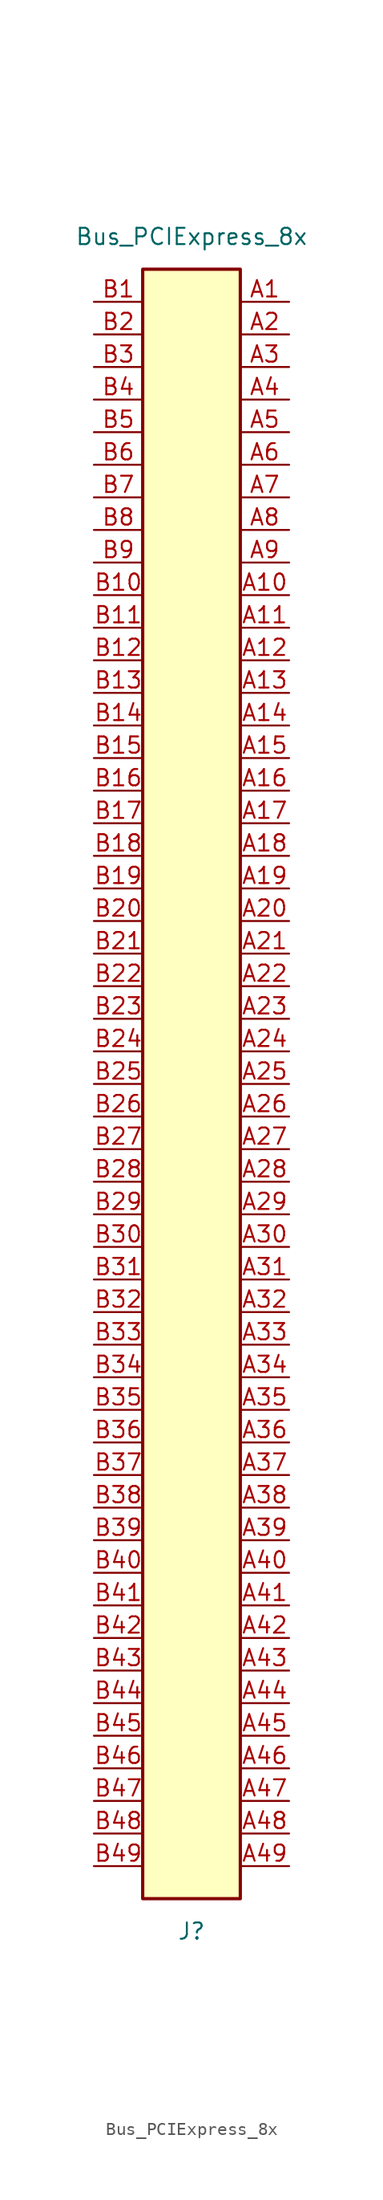
<source format=kicad_sym>
(kicad_symbol_lib
  (version 20220914)
  (generator kicad_symbol_editor)
  (symbol "Bus_PCIExpress_8x"
    (property "Reference" "J"
      (at 0 -66.04 0)
      (effects (font (size 1.27 1.27))))
    (property "Value" "Bus_PCIExpress_8x"
      (at 0 66.04 0)
      (effects (font (size 1.27 1.27))))
    (symbol "Bus_PCIExpress_8x_0_1"
      (rectangle (start -3.81 63.5) (end 3.81 -63.5) (stroke (width 0.254) (type default)) (fill (type background))))
    (symbol "Bus_PCIExpress_8x_1_1"
      (pin passive line (at 7.62 60.96 180) (length 3.81) (name "~" (effects (font (size 1.27 1.27)))) (number "A1" (effects (font (size 1.27 1.27)))))
      (pin passive line (at 7.62 38.1 180) (length 3.81) (name "~" (effects (font (size 1.27 1.27)))) (number "A10" (effects (font (size 1.27 1.27)))))
      (pin passive line (at 7.62 35.56 180) (length 3.81) (name "~" (effects (font (size 1.27 1.27)))) (number "A11" (effects (font (size 1.27 1.27)))))
      (pin passive line (at 7.62 33.02 180) (length 3.81) (name "~" (effects (font (size 1.27 1.27)))) (number "A12" (effects (font (size 1.27 1.27)))))
      (pin passive line (at 7.62 30.48 180) (length 3.81) (name "~" (effects (font (size 1.27 1.27)))) (number "A13" (effects (font (size 1.27 1.27)))))
      (pin passive line (at 7.62 27.94 180) (length 3.81) (name "~" (effects (font (size 1.27 1.27)))) (number "A14" (effects (font (size 1.27 1.27)))))
      (pin passive line (at 7.62 25.4 180) (length 3.81) (name "~" (effects (font (size 1.27 1.27)))) (number "A15" (effects (font (size 1.27 1.27)))))
      (pin passive line (at 7.62 22.86 180) (length 3.81) (name "~" (effects (font (size 1.27 1.27)))) (number "A16" (effects (font (size 1.27 1.27)))))
      (pin passive line (at 7.62 20.32 180) (length 3.81) (name "~" (effects (font (size 1.27 1.27)))) (number "A17" (effects (font (size 1.27 1.27)))))
      (pin passive line (at 7.62 17.78 180) (length 3.81) (name "~" (effects (font (size 1.27 1.27)))) (number "A18" (effects (font (size 1.27 1.27)))))
      (pin passive line (at 7.62 15.24 180) (length 3.81) (name "~" (effects (font (size 1.27 1.27)))) (number "A19" (effects (font (size 1.27 1.27)))))
      (pin passive line (at 7.62 58.42 180) (length 3.81) (name "~" (effects (font (size 1.27 1.27)))) (number "A2" (effects (font (size 1.27 1.27)))))
      (pin passive line (at 7.62 12.7 180) (length 3.81) (name "~" (effects (font (size 1.27 1.27)))) (number "A20" (effects (font (size 1.27 1.27)))))
      (pin passive line (at 7.62 10.16 180) (length 3.81) (name "~" (effects (font (size 1.27 1.27)))) (number "A21" (effects (font (size 1.27 1.27)))))
      (pin passive line (at 7.62 7.62 180) (length 3.81) (name "~" (effects (font (size 1.27 1.27)))) (number "A22" (effects (font (size 1.27 1.27)))))
      (pin passive line (at 7.62 5.08 180) (length 3.81) (name "~" (effects (font (size 1.27 1.27)))) (number "A23" (effects (font (size 1.27 1.27)))))
      (pin passive line (at 7.62 2.54 180) (length 3.81) (name "~" (effects (font (size 1.27 1.27)))) (number "A24" (effects (font (size 1.27 1.27)))))
      (pin passive line (at 7.62 0 180) (length 3.81) (name "~" (effects (font (size 1.27 1.27)))) (number "A25" (effects (font (size 1.27 1.27)))))
      (pin passive line (at 7.62 -2.54 180) (length 3.81) (name "~" (effects (font (size 1.27 1.27)))) (number "A26" (effects (font (size 1.27 1.27)))))
      (pin passive line (at 7.62 -5.08 180) (length 3.81) (name "~" (effects (font (size 1.27 1.27)))) (number "A27" (effects (font (size 1.27 1.27)))))
      (pin passive line (at 7.62 -7.62 180) (length 3.81) (name "~" (effects (font (size 1.27 1.27)))) (number "A28" (effects (font (size 1.27 1.27)))))
      (pin passive line (at 7.62 -10.16 180) (length 3.81) (name "~" (effects (font (size 1.27 1.27)))) (number "A29" (effects (font (size 1.27 1.27)))))
      (pin passive line (at 7.62 55.88 180) (length 3.81) (name "~" (effects (font (size 1.27 1.27)))) (number "A3" (effects (font (size 1.27 1.27)))))
      (pin passive line (at 7.62 -12.7 180) (length 3.81) (name "~" (effects (font (size 1.27 1.27)))) (number "A30" (effects (font (size 1.27 1.27)))))
      (pin passive line (at 7.62 -15.24 180) (length 3.81) (name "~" (effects (font (size 1.27 1.27)))) (number "A31" (effects (font (size 1.27 1.27)))))
      (pin passive line (at 7.62 -17.78 180) (length 3.81) (name "~" (effects (font (size 1.27 1.27)))) (number "A32" (effects (font (size 1.27 1.27)))))
      (pin passive line (at 7.62 -20.32 180) (length 3.81) (name "~" (effects (font (size 1.27 1.27)))) (number "A33" (effects (font (size 1.27 1.27)))))
      (pin passive line (at 7.62 -22.86 180) (length 3.81) (name "~" (effects (font (size 1.27 1.27)))) (number "A34" (effects (font (size 1.27 1.27)))))
      (pin passive line (at 7.62 -25.4 180) (length 3.81) (name "~" (effects (font (size 1.27 1.27)))) (number "A35" (effects (font (size 1.27 1.27)))))
      (pin passive line (at 7.62 -27.94 180) (length 3.81) (name "~" (effects (font (size 1.27 1.27)))) (number "A36" (effects (font (size 1.27 1.27)))))
      (pin passive line (at 7.62 -30.48 180) (length 3.81) (name "~" (effects (font (size 1.27 1.27)))) (number "A37" (effects (font (size 1.27 1.27)))))
      (pin passive line (at 7.62 -33.02 180) (length 3.81) (name "~" (effects (font (size 1.27 1.27)))) (number "A38" (effects (font (size 1.27 1.27)))))
      (pin passive line (at 7.62 -35.56 180) (length 3.81) (name "~" (effects (font (size 1.27 1.27)))) (number "A39" (effects (font (size 1.27 1.27)))))
      (pin passive line (at 7.62 53.34 180) (length 3.81) (name "~" (effects (font (size 1.27 1.27)))) (number "A4" (effects (font (size 1.27 1.27)))))
      (pin passive line (at 7.62 -38.1 180) (length 3.81) (name "~" (effects (font (size 1.27 1.27)))) (number "A40" (effects (font (size 1.27 1.27)))))
      (pin passive line (at 7.62 -40.64 180) (length 3.81) (name "~" (effects (font (size 1.27 1.27)))) (number "A41" (effects (font (size 1.27 1.27)))))
      (pin passive line (at 7.62 -43.18 180) (length 3.81) (name "~" (effects (font (size 1.27 1.27)))) (number "A42" (effects (font (size 1.27 1.27)))))
      (pin passive line (at 7.62 -45.72 180) (length 3.81) (name "~" (effects (font (size 1.27 1.27)))) (number "A43" (effects (font (size 1.27 1.27)))))
      (pin passive line (at 7.62 -48.26 180) (length 3.81) (name "~" (effects (font (size 1.27 1.27)))) (number "A44" (effects (font (size 1.27 1.27)))))
      (pin passive line (at 7.62 -50.8 180) (length 3.81) (name "~" (effects (font (size 1.27 1.27)))) (number "A45" (effects (font (size 1.27 1.27)))))
      (pin passive line (at 7.62 -53.34 180) (length 3.81) (name "~" (effects (font (size 1.27 1.27)))) (number "A46" (effects (font (size 1.27 1.27)))))
      (pin passive line (at 7.62 -55.88 180) (length 3.81) (name "~" (effects (font (size 1.27 1.27)))) (number "A47" (effects (font (size 1.27 1.27)))))
      (pin passive line (at 7.62 -58.42 180) (length 3.81) (name "~" (effects (font (size 1.27 1.27)))) (number "A48" (effects (font (size 1.27 1.27)))))
      (pin passive line (at 7.62 -60.96 180) (length 3.81) (name "~" (effects (font (size 1.27 1.27)))) (number "A49" (effects (font (size 1.27 1.27)))))
      (pin passive line (at 7.62 50.8 180) (length 3.81) (name "~" (effects (font (size 1.27 1.27)))) (number "A5" (effects (font (size 1.27 1.27)))))
      (pin passive line (at 7.62 48.26 180) (length 3.81) (name "~" (effects (font (size 1.27 1.27)))) (number "A6" (effects (font (size 1.27 1.27)))))
      (pin passive line (at 7.62 45.72 180) (length 3.81) (name "~" (effects (font (size 1.27 1.27)))) (number "A7" (effects (font (size 1.27 1.27)))))
      (pin passive line (at 7.62 43.18 180) (length 3.81) (name "~" (effects (font (size 1.27 1.27)))) (number "A8" (effects (font (size 1.27 1.27)))))
      (pin passive line (at 7.62 40.64 180) (length 3.81) (name "~" (effects (font (size 1.27 1.27)))) (number "A9" (effects (font (size 1.27 1.27)))))
      (pin passive line (at -7.62 60.96 0) (length 3.81) (name "~" (effects (font (size 1.27 1.27)))) (number "B1" (effects (font (size 1.27 1.27)))))
      (pin passive line (at -7.62 38.1 0) (length 3.81) (name "~" (effects (font (size 1.27 1.27)))) (number "B10" (effects (font (size 1.27 1.27)))))
      (pin passive line (at -7.62 35.56 0) (length 3.81) (name "~" (effects (font (size 1.27 1.27)))) (number "B11" (effects (font (size 1.27 1.27)))))
      (pin passive line (at -7.62 33.02 0) (length 3.81) (name "~" (effects (font (size 1.27 1.27)))) (number "B12" (effects (font (size 1.27 1.27)))))
      (pin passive line (at -7.62 30.48 0) (length 3.81) (name "~" (effects (font (size 1.27 1.27)))) (number "B13" (effects (font (size 1.27 1.27)))))
      (pin passive line (at -7.62 27.94 0) (length 3.81) (name "~" (effects (font (size 1.27 1.27)))) (number "B14" (effects (font (size 1.27 1.27)))))
      (pin passive line (at -7.62 25.4 0) (length 3.81) (name "~" (effects (font (size 1.27 1.27)))) (number "B15" (effects (font (size 1.27 1.27)))))
      (pin passive line (at -7.62 22.86 0) (length 3.81) (name "~" (effects (font (size 1.27 1.27)))) (number "B16" (effects (font (size 1.27 1.27)))))
      (pin passive line (at -7.62 20.32 0) (length 3.81) (name "~" (effects (font (size 1.27 1.27)))) (number "B17" (effects (font (size 1.27 1.27)))))
      (pin passive line (at -7.62 17.78 0) (length 3.81) (name "~" (effects (font (size 1.27 1.27)))) (number "B18" (effects (font (size 1.27 1.27)))))
      (pin passive line (at -7.62 15.24 0) (length 3.81) (name "~" (effects (font (size 1.27 1.27)))) (number "B19" (effects (font (size 1.27 1.27)))))
      (pin passive line (at -7.62 58.42 0) (length 3.81) (name "~" (effects (font (size 1.27 1.27)))) (number "B2" (effects (font (size 1.27 1.27)))))
      (pin passive line (at -7.62 12.7 0) (length 3.81) (name "~" (effects (font (size 1.27 1.27)))) (number "B20" (effects (font (size 1.27 1.27)))))
      (pin passive line (at -7.62 10.16 0) (length 3.81) (name "~" (effects (font (size 1.27 1.27)))) (number "B21" (effects (font (size 1.27 1.27)))))
      (pin passive line (at -7.62 7.62 0) (length 3.81) (name "~" (effects (font (size 1.27 1.27)))) (number "B22" (effects (font (size 1.27 1.27)))))
      (pin passive line (at -7.62 5.08 0) (length 3.81) (name "~" (effects (font (size 1.27 1.27)))) (number "B23" (effects (font (size 1.27 1.27)))))
      (pin passive line (at -7.62 2.54 0) (length 3.81) (name "~" (effects (font (size 1.27 1.27)))) (number "B24" (effects (font (size 1.27 1.27)))))
      (pin passive line (at -7.62 0 0) (length 3.81) (name "~" (effects (font (size 1.27 1.27)))) (number "B25" (effects (font (size 1.27 1.27)))))
      (pin passive line (at -7.62 -2.54 0) (length 3.81) (name "~" (effects (font (size 1.27 1.27)))) (number "B26" (effects (font (size 1.27 1.27)))))
      (pin passive line (at -7.62 -5.08 0) (length 3.81) (name "~" (effects (font (size 1.27 1.27)))) (number "B27" (effects (font (size 1.27 1.27)))))
      (pin passive line (at -7.62 -7.62 0) (length 3.81) (name "~" (effects (font (size 1.27 1.27)))) (number "B28" (effects (font (size 1.27 1.27)))))
      (pin passive line (at -7.62 -10.16 0) (length 3.81) (name "~" (effects (font (size 1.27 1.27)))) (number "B29" (effects (font (size 1.27 1.27)))))
      (pin passive line (at -7.62 55.88 0) (length 3.81) (name "~" (effects (font (size 1.27 1.27)))) (number "B3" (effects (font (size 1.27 1.27)))))
      (pin passive line (at -7.62 -12.7 0) (length 3.81) (name "~" (effects (font (size 1.27 1.27)))) (number "B30" (effects (font (size 1.27 1.27)))))
      (pin passive line (at -7.62 -15.24 0) (length 3.81) (name "~" (effects (font (size 1.27 1.27)))) (number "B31" (effects (font (size 1.27 1.27)))))
      (pin passive line (at -7.62 -17.78 0) (length 3.81) (name "~" (effects (font (size 1.27 1.27)))) (number "B32" (effects (font (size 1.27 1.27)))))
      (pin passive line (at -7.62 -20.32 0) (length 3.81) (name "~" (effects (font (size 1.27 1.27)))) (number "B33" (effects (font (size 1.27 1.27)))))
      (pin passive line (at -7.62 -22.86 0) (length 3.81) (name "~" (effects (font (size 1.27 1.27)))) (number "B34" (effects (font (size 1.27 1.27)))))
      (pin passive line (at -7.62 -25.4 0) (length 3.81) (name "~" (effects (font (size 1.27 1.27)))) (number "B35" (effects (font (size 1.27 1.27)))))
      (pin passive line (at -7.62 -27.94 0) (length 3.81) (name "~" (effects (font (size 1.27 1.27)))) (number "B36" (effects (font (size 1.27 1.27)))))
      (pin passive line (at -7.62 -30.48 0) (length 3.81) (name "~" (effects (font (size 1.27 1.27)))) (number "B37" (effects (font (size 1.27 1.27)))))
      (pin passive line (at -7.62 -33.02 0) (length 3.81) (name "~" (effects (font (size 1.27 1.27)))) (number "B38" (effects (font (size 1.27 1.27)))))
      (pin passive line (at -7.62 -35.56 0) (length 3.81) (name "~" (effects (font (size 1.27 1.27)))) (number "B39" (effects (font (size 1.27 1.27)))))
      (pin passive line (at -7.62 53.34 0) (length 3.81) (name "~" (effects (font (size 1.27 1.27)))) (number "B4" (effects (font (size 1.27 1.27)))))
      (pin passive line (at -7.62 -38.1 0) (length 3.81) (name "~" (effects (font (size 1.27 1.27)))) (number "B40" (effects (font (size 1.27 1.27)))))
      (pin passive line (at -7.62 -40.64 0) (length 3.81) (name "~" (effects (font (size 1.27 1.27)))) (number "B41" (effects (font (size 1.27 1.27)))))
      (pin passive line (at -7.62 -43.18 0) (length 3.81) (name "~" (effects (font (size 1.27 1.27)))) (number "B42" (effects (font (size 1.27 1.27)))))
      (pin passive line (at -7.62 -45.72 0) (length 3.81) (name "~" (effects (font (size 1.27 1.27)))) (number "B43" (effects (font (size 1.27 1.27)))))
      (pin passive line (at -7.62 -48.26 0) (length 3.81) (name "~" (effects (font (size 1.27 1.27)))) (number "B44" (effects (font (size 1.27 1.27)))))
      (pin passive line (at -7.62 -50.8 0) (length 3.81) (name "~" (effects (font (size 1.27 1.27)))) (number "B45" (effects (font (size 1.27 1.27)))))
      (pin passive line (at -7.62 -53.34 0) (length 3.81) (name "~" (effects (font (size 1.27 1.27)))) (number "B46" (effects (font (size 1.27 1.27)))))
      (pin passive line (at -7.62 -55.88 0) (length 3.81) (name "~" (effects (font (size 1.27 1.27)))) (number "B47" (effects (font (size 1.27 1.27)))))
      (pin passive line (at -7.62 -58.42 0) (length 3.81) (name "~" (effects (font (size 1.27 1.27)))) (number "B48" (effects (font (size 1.27 1.27)))))
      (pin passive line (at -7.62 -60.96 0) (length 3.81) (name "~" (effects (font (size 1.27 1.27)))) (number "B49" (effects (font (size 1.27 1.27)))))
      (pin passive line (at -7.62 50.8 0) (length 3.81) (name "~" (effects (font (size 1.27 1.27)))) (number "B5" (effects (font (size 1.27 1.27)))))
      (pin passive line (at -7.62 48.26 0) (length 3.81) (name "~" (effects (font (size 1.27 1.27)))) (number "B6" (effects (font (size 1.27 1.27)))))
      (pin passive line (at -7.62 45.72 0) (length 3.81) (name "~" (effects (font (size 1.27 1.27)))) (number "B7" (effects (font (size 1.27 1.27)))))
      (pin passive line (at -7.62 43.18 0) (length 3.81) (name "~" (effects (font (size 1.27 1.27)))) (number "B8" (effects (font (size 1.27 1.27)))))
      (pin passive line (at -7.62 40.64 0) (length 3.81) (name "~" (effects (font (size 1.27 1.27)))) (number "B9" (effects (font (size 1.27 1.27))))))))
</source>
